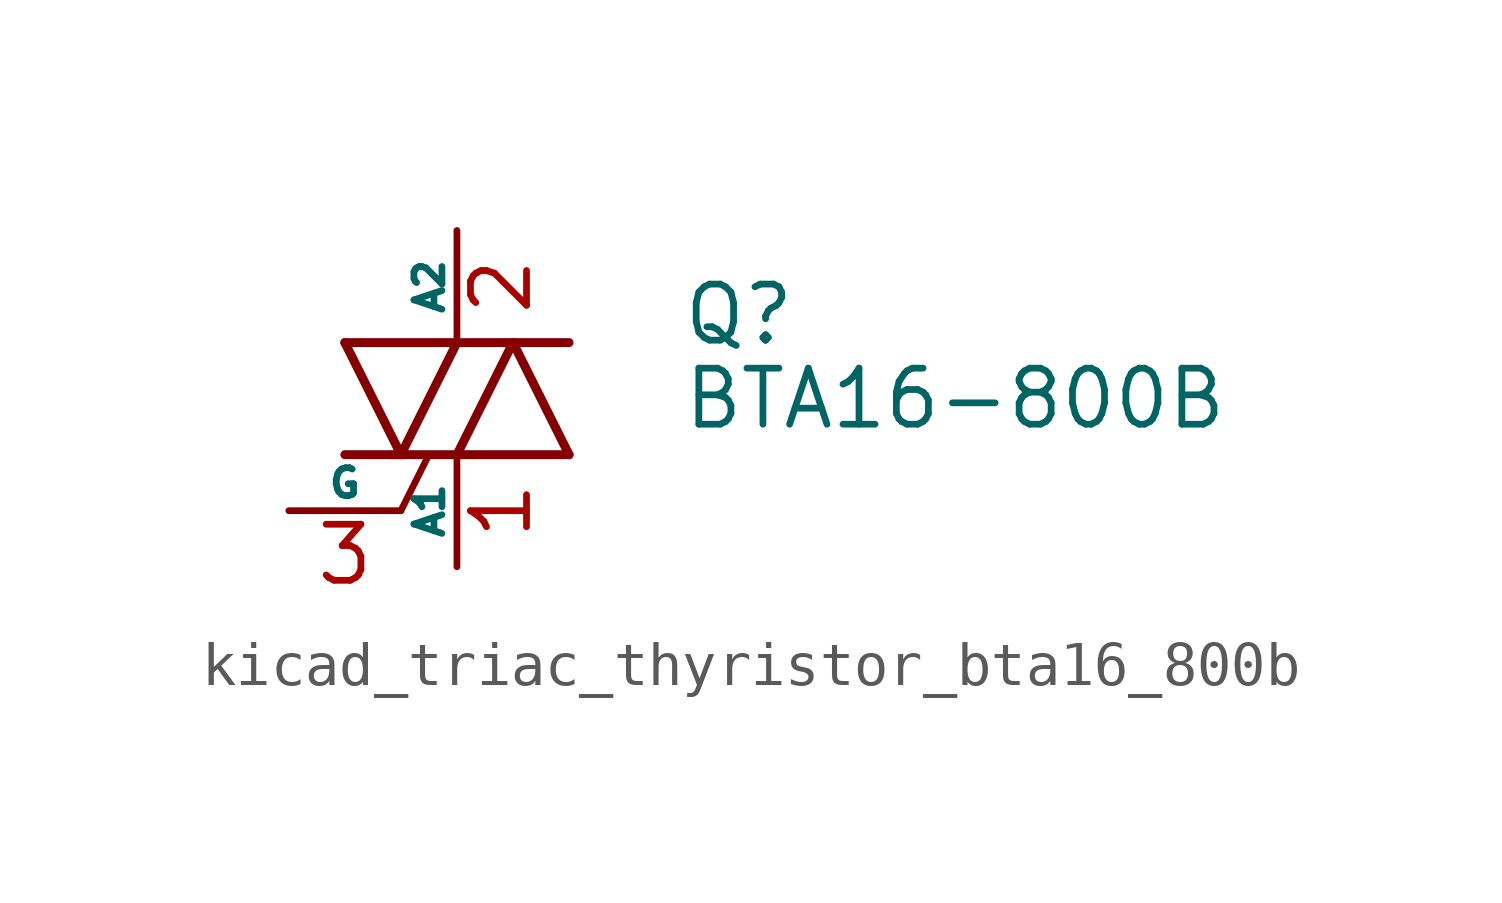
<source format=kicad_sym>
(kicad_symbol_lib
  (version 20220914)
  (generator kicad_symbol_editor)
  (symbol "kicad_triac_thyristor_bta16_800b"
    (pin_names
      (offset 0))
    (property "Reference" "Q"
      (at 5.08 1.905 0)
      (effects (font (size 1.27 1.27)) (justify left)))
    (property "Value" "BTA16-800B"
      (at 5.08 0 0)
      (effects (font (size 1.27 1.27)) (justify left)))
    (symbol "kicad_triac_thyristor_bta16_800b_0_1"
      (polyline (pts (xy -2.54 -1.27) (xy 2.54 -1.27)) (stroke (width 0.203) (type default)) (fill (type none)))
      (polyline (pts (xy -2.54 1.27) (xy 2.54 1.27)) (stroke (width 0.203) (type default)) (fill (type none)))
      (polyline (pts (xy -1.27 -2.54) (xy -0.635 -1.27)) (stroke (width 0) (type default)) (fill (type none)))
      (polyline (pts (xy -2.54 1.27) (xy -1.27 -1.27) (xy 0 1.27)) (stroke (width 0.203) (type default)) (fill (type none)))
      (polyline (pts (xy 0 -1.27) (xy 1.27 1.27) (xy 2.54 -1.27)) (stroke (width 0.203) (type default)) (fill (type none))))
    (symbol "kicad_triac_thyristor_bta16_800b_1_1"
      (pin passive line (at 0 -3.81 90) (length 2.54) (name "A1" (effects (font (size 0.635 0.635)))) (number "1" (effects (font (size 1.27 1.27)))))
      (pin passive line (at 0 3.81 270) (length 2.54) (name "A2" (effects (font (size 0.635 0.635)))) (number "2" (effects (font (size 1.27 1.27)))))
      (pin input line (at -3.81 -2.54 0) (length 2.54) (name "G" (effects (font (size 0.635 0.635)))) (number "3" (effects (font (size 1.27 1.27))))))))
</source>
